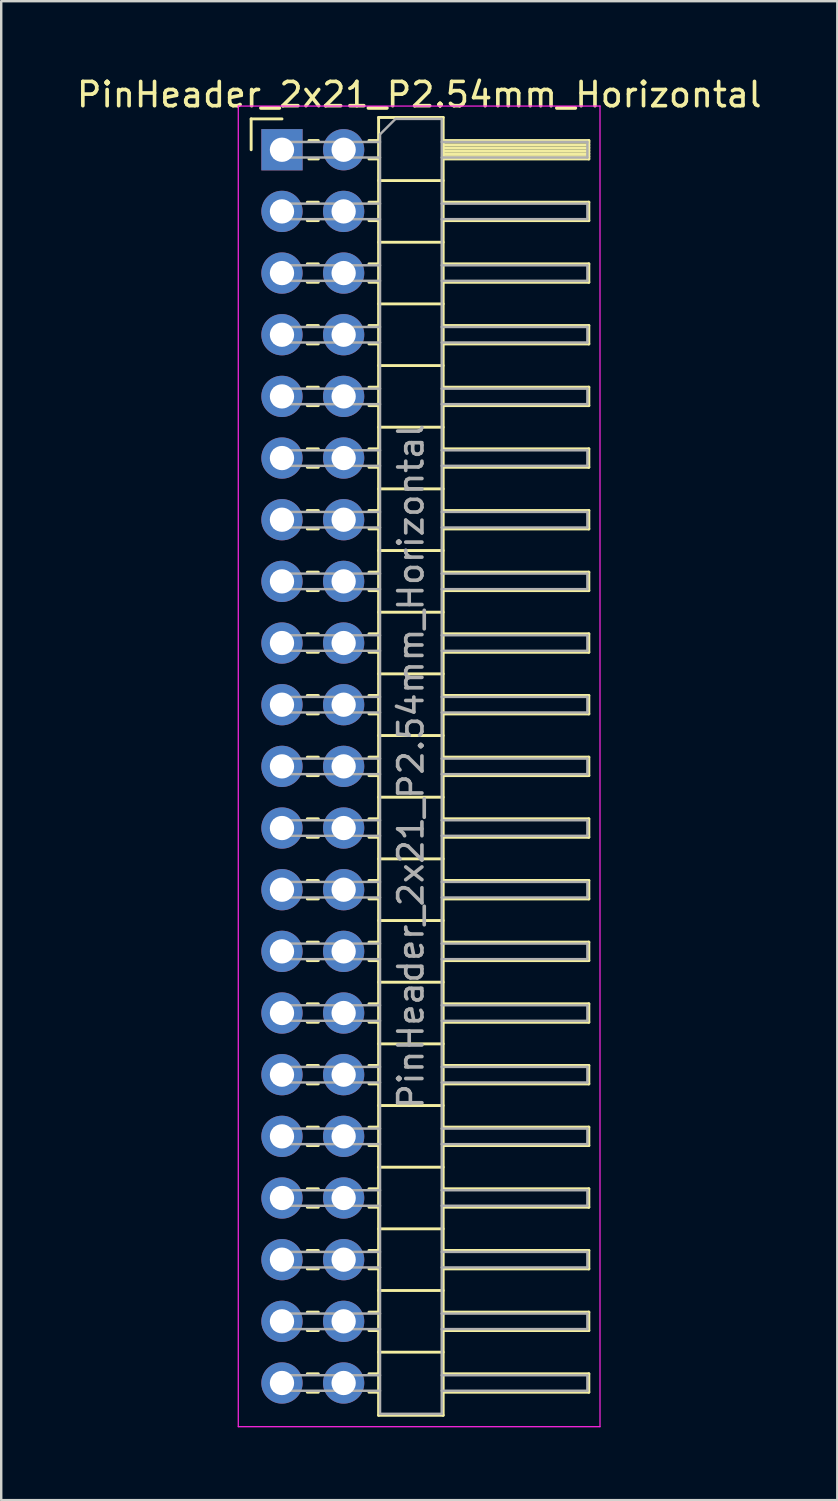
<source format=kicad_pcb>
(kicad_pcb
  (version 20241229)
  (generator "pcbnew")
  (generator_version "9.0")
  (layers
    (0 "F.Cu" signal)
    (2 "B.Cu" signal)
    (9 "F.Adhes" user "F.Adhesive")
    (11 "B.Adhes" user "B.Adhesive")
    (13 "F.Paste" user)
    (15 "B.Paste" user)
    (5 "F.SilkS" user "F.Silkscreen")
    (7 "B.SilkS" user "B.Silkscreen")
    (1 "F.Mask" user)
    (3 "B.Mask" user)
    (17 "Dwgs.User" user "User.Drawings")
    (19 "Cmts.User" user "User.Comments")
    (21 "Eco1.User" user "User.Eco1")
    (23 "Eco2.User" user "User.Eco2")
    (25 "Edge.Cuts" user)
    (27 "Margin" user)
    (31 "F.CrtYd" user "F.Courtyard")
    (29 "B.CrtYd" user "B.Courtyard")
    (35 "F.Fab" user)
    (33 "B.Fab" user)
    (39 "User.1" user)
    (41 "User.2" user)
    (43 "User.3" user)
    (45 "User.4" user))
  (footprint "PinHeader_2x21_P2.54mm_Horizontal"
    (layer "F.Cu")
    (at 8.565 3.118)
    (property "Reference" "PinHeader_2x21_P2.54mm_Horizontal" (at 5.655 -2.27 0) (layer "F.SilkS") (effects (font (size 1 1) (thickness 0.15))))
    (attr through_hole)
    (fp_line (start -1.27 -1.27) (end 0 -1.27) (stroke (width 0.12) (type solid)) (layer "F.SilkS"))
    (fp_line (start -1.27 0) (end -1.27 -1.27) (stroke (width 0.12) (type solid)) (layer "F.SilkS"))
    (fp_line (start 1.043 2.16) (end 1.497 2.16) (stroke (width 0.12) (type solid)) (layer "F.SilkS"))
    (fp_line (start 1.043 2.92) (end 1.497 2.92) (stroke (width 0.12) (type solid)) (layer "F.SilkS"))
    (fp_line (start 1.043 4.7) (end 1.497 4.7) (stroke (width 0.12) (type solid)) (layer "F.SilkS"))
    (fp_line (start 1.043 5.46) (end 1.497 5.46) (stroke (width 0.12) (type solid)) (layer "F.SilkS"))
    (fp_line (start 1.043 7.24) (end 1.497 7.24) (stroke (width 0.12) (type solid)) (layer "F.SilkS"))
    (fp_line (start 1.043 8) (end 1.497 8) (stroke (width 0.12) (type solid)) (layer "F.SilkS"))
    (fp_line (start 1.043 9.78) (end 1.497 9.78) (stroke (width 0.12) (type solid)) (layer "F.SilkS"))
    (fp_line (start 1.043 10.54) (end 1.497 10.54) (stroke (width 0.12) (type solid)) (layer "F.SilkS"))
    (fp_line (start 1.043 12.32) (end 1.497 12.32) (stroke (width 0.12) (type solid)) (layer "F.SilkS"))
    (fp_line (start 1.043 13.08) (end 1.497 13.08) (stroke (width 0.12) (type solid)) (layer "F.SilkS"))
    (fp_line (start 1.043 14.86) (end 1.497 14.86) (stroke (width 0.12) (type solid)) (layer "F.SilkS"))
    (fp_line (start 1.043 15.62) (end 1.497 15.62) (stroke (width 0.12) (type solid)) (layer "F.SilkS"))
    (fp_line (start 1.043 17.4) (end 1.497 17.4) (stroke (width 0.12) (type solid)) (layer "F.SilkS"))
    (fp_line (start 1.043 18.16) (end 1.497 18.16) (stroke (width 0.12) (type solid)) (layer "F.SilkS"))
    (fp_line (start 1.043 19.94) (end 1.497 19.94) (stroke (width 0.12) (type solid)) (layer "F.SilkS"))
    (fp_line (start 1.043 20.7) (end 1.497 20.7) (stroke (width 0.12) (type solid)) (layer "F.SilkS"))
    (fp_line (start 1.043 22.48) (end 1.497 22.48) (stroke (width 0.12) (type solid)) (layer "F.SilkS"))
    (fp_line (start 1.043 23.24) (end 1.497 23.24) (stroke (width 0.12) (type solid)) (layer "F.SilkS"))
    (fp_line (start 1.043 25.02) (end 1.497 25.02) (stroke (width 0.12) (type solid)) (layer "F.SilkS"))
    (fp_line (start 1.043 25.78) (end 1.497 25.78) (stroke (width 0.12) (type solid)) (layer "F.SilkS"))
    (fp_line (start 1.043 27.56) (end 1.497 27.56) (stroke (width 0.12) (type solid)) (layer "F.SilkS"))
    (fp_line (start 1.043 28.32) (end 1.497 28.32) (stroke (width 0.12) (type solid)) (layer "F.SilkS"))
    (fp_line (start 1.043 30.1) (end 1.497 30.1) (stroke (width 0.12) (type solid)) (layer "F.SilkS"))
    (fp_line (start 1.043 30.86) (end 1.497 30.86) (stroke (width 0.12) (type solid)) (layer "F.SilkS"))
    (fp_line (start 1.043 32.64) (end 1.497 32.64) (stroke (width 0.12) (type solid)) (layer "F.SilkS"))
    (fp_line (start 1.043 33.4) (end 1.497 33.4) (stroke (width 0.12) (type solid)) (layer "F.SilkS"))
    (fp_line (start 1.043 35.18) (end 1.497 35.18) (stroke (width 0.12) (type solid)) (layer "F.SilkS"))
    (fp_line (start 1.043 35.94) (end 1.497 35.94) (stroke (width 0.12) (type solid)) (layer "F.SilkS"))
    (fp_line (start 1.043 37.72) (end 1.497 37.72) (stroke (width 0.12) (type solid)) (layer "F.SilkS"))
    (fp_line (start 1.043 38.48) (end 1.497 38.48) (stroke (width 0.12) (type solid)) (layer "F.SilkS"))
    (fp_line (start 1.043 40.26) (end 1.497 40.26) (stroke (width 0.12) (type solid)) (layer "F.SilkS"))
    (fp_line (start 1.043 41.02) (end 1.497 41.02) (stroke (width 0.12) (type solid)) (layer "F.SilkS"))
    (fp_line (start 1.043 42.8) (end 1.497 42.8) (stroke (width 0.12) (type solid)) (layer "F.SilkS"))
    (fp_line (start 1.043 43.56) (end 1.497 43.56) (stroke (width 0.12) (type solid)) (layer "F.SilkS"))
    (fp_line (start 1.043 45.34) (end 1.497 45.34) (stroke (width 0.12) (type solid)) (layer "F.SilkS"))
    (fp_line (start 1.043 46.1) (end 1.497 46.1) (stroke (width 0.12) (type solid)) (layer "F.SilkS"))
    (fp_line (start 1.043 47.88) (end 1.497 47.88) (stroke (width 0.12) (type solid)) (layer "F.SilkS"))
    (fp_line (start 1.043 48.64) (end 1.497 48.64) (stroke (width 0.12) (type solid)) (layer "F.SilkS"))
    (fp_line (start 1.043 50.42) (end 1.497 50.42) (stroke (width 0.12) (type solid)) (layer "F.SilkS"))
    (fp_line (start 1.043 51.18) (end 1.497 51.18) (stroke (width 0.12) (type solid)) (layer "F.SilkS"))
    (fp_line (start 1.11 -0.38) (end 1.497 -0.38) (stroke (width 0.12) (type solid)) (layer "F.SilkS"))
    (fp_line (start 1.11 0.38) (end 1.497 0.38) (stroke (width 0.12) (type solid)) (layer "F.SilkS"))
    (fp_line (start 3.583 -0.38) (end 3.98 -0.38) (stroke (width 0.12) (type solid)) (layer "F.SilkS"))
    (fp_line (start 3.583 0.38) (end 3.98 0.38) (stroke (width 0.12) (type solid)) (layer "F.SilkS"))
    (fp_line (start 3.583 2.16) (end 3.98 2.16) (stroke (width 0.12) (type solid)) (layer "F.SilkS"))
    (fp_line (start 3.583 2.92) (end 3.98 2.92) (stroke (width 0.12) (type solid)) (layer "F.SilkS"))
    (fp_line (start 3.583 4.7) (end 3.98 4.7) (stroke (width 0.12) (type solid)) (layer "F.SilkS"))
    (fp_line (start 3.583 5.46) (end 3.98 5.46) (stroke (width 0.12) (type solid)) (layer "F.SilkS"))
    (fp_line (start 3.583 7.24) (end 3.98 7.24) (stroke (width 0.12) (type solid)) (layer "F.SilkS"))
    (fp_line (start 3.583 8) (end 3.98 8) (stroke (width 0.12) (type solid)) (layer "F.SilkS"))
    (fp_line (start 3.583 9.78) (end 3.98 9.78) (stroke (width 0.12) (type solid)) (layer "F.SilkS"))
    (fp_line (start 3.583 10.54) (end 3.98 10.54) (stroke (width 0.12) (type solid)) (layer "F.SilkS"))
    (fp_line (start 3.583 12.32) (end 3.98 12.32) (stroke (width 0.12) (type solid)) (layer "F.SilkS"))
    (fp_line (start 3.583 13.08) (end 3.98 13.08) (stroke (width 0.12) (type solid)) (layer "F.SilkS"))
    (fp_line (start 3.583 14.86) (end 3.98 14.86) (stroke (width 0.12) (type solid)) (layer "F.SilkS"))
    (fp_line (start 3.583 15.62) (end 3.98 15.62) (stroke (width 0.12) (type solid)) (layer "F.SilkS"))
    (fp_line (start 3.583 17.4) (end 3.98 17.4) (stroke (width 0.12) (type solid)) (layer "F.SilkS"))
    (fp_line (start 3.583 18.16) (end 3.98 18.16) (stroke (width 0.12) (type solid)) (layer "F.SilkS"))
    (fp_line (start 3.583 19.94) (end 3.98 19.94) (stroke (width 0.12) (type solid)) (layer "F.SilkS"))
    (fp_line (start 3.583 20.7) (end 3.98 20.7) (stroke (width 0.12) (type solid)) (layer "F.SilkS"))
    (fp_line (start 3.583 22.48) (end 3.98 22.48) (stroke (width 0.12) (type solid)) (layer "F.SilkS"))
    (fp_line (start 3.583 23.24) (end 3.98 23.24) (stroke (width 0.12) (type solid)) (layer "F.SilkS"))
    (fp_line (start 3.583 25.02) (end 3.98 25.02) (stroke (width 0.12) (type solid)) (layer "F.SilkS"))
    (fp_line (start 3.583 25.78) (end 3.98 25.78) (stroke (width 0.12) (type solid)) (layer "F.SilkS"))
    (fp_line (start 3.583 27.56) (end 3.98 27.56) (stroke (width 0.12) (type solid)) (layer "F.SilkS"))
    (fp_line (start 3.583 28.32) (end 3.98 28.32) (stroke (width 0.12) (type solid)) (layer "F.SilkS"))
    (fp_line (start 3.583 30.1) (end 3.98 30.1) (stroke (width 0.12) (type solid)) (layer "F.SilkS"))
    (fp_line (start 3.583 30.86) (end 3.98 30.86) (stroke (width 0.12) (type solid)) (layer "F.SilkS"))
    (fp_line (start 3.583 32.64) (end 3.98 32.64) (stroke (width 0.12) (type solid)) (layer "F.SilkS"))
    (fp_line (start 3.583 33.4) (end 3.98 33.4) (stroke (width 0.12) (type solid)) (layer "F.SilkS"))
    (fp_line (start 3.583 35.18) (end 3.98 35.18) (stroke (width 0.12) (type solid)) (layer "F.SilkS"))
    (fp_line (start 3.583 35.94) (end 3.98 35.94) (stroke (width 0.12) (type solid)) (layer "F.SilkS"))
    (fp_line (start 3.583 37.72) (end 3.98 37.72) (stroke (width 0.12) (type solid)) (layer "F.SilkS"))
    (fp_line (start 3.583 38.48) (end 3.98 38.48) (stroke (width 0.12) (type solid)) (layer "F.SilkS"))
    (fp_line (start 3.583 40.26) (end 3.98 40.26) (stroke (width 0.12) (type solid)) (layer "F.SilkS"))
    (fp_line (start 3.583 41.02) (end 3.98 41.02) (stroke (width 0.12) (type solid)) (layer "F.SilkS"))
    (fp_line (start 3.583 42.8) (end 3.98 42.8) (stroke (width 0.12) (type solid)) (layer "F.SilkS"))
    (fp_line (start 3.583 43.56) (end 3.98 43.56) (stroke (width 0.12) (type solid)) (layer "F.SilkS"))
    (fp_line (start 3.583 45.34) (end 3.98 45.34) (stroke (width 0.12) (type solid)) (layer "F.SilkS"))
    (fp_line (start 3.583 46.1) (end 3.98 46.1) (stroke (width 0.12) (type solid)) (layer "F.SilkS"))
    (fp_line (start 3.583 47.88) (end 3.98 47.88) (stroke (width 0.12) (type solid)) (layer "F.SilkS"))
    (fp_line (start 3.583 48.64) (end 3.98 48.64) (stroke (width 0.12) (type solid)) (layer "F.SilkS"))
    (fp_line (start 3.583 50.42) (end 3.98 50.42) (stroke (width 0.12) (type solid)) (layer "F.SilkS"))
    (fp_line (start 3.583 51.18) (end 3.98 51.18) (stroke (width 0.12) (type solid)) (layer "F.SilkS"))
    (fp_line (start 3.98 -1.33) (end 3.98 52.13) (stroke (width 0.12) (type solid)) (layer "F.SilkS"))
    (fp_line (start 3.98 1.27) (end 6.64 1.27) (stroke (width 0.12) (type solid)) (layer "F.SilkS"))
    (fp_line (start 3.98 3.81) (end 6.64 3.81) (stroke (width 0.12) (type solid)) (layer "F.SilkS"))
    (fp_line (start 3.98 6.35) (end 6.64 6.35) (stroke (width 0.12) (type solid)) (layer "F.SilkS"))
    (fp_line (start 3.98 8.89) (end 6.64 8.89) (stroke (width 0.12) (type solid)) (layer "F.SilkS"))
    (fp_line (start 3.98 11.43) (end 6.64 11.43) (stroke (width 0.12) (type solid)) (layer "F.SilkS"))
    (fp_line (start 3.98 13.97) (end 6.64 13.97) (stroke (width 0.12) (type solid)) (layer "F.SilkS"))
    (fp_line (start 3.98 16.51) (end 6.64 16.51) (stroke (width 0.12) (type solid)) (layer "F.SilkS"))
    (fp_line (start 3.98 19.05) (end 6.64 19.05) (stroke (width 0.12) (type solid)) (layer "F.SilkS"))
    (fp_line (start 3.98 21.59) (end 6.64 21.59) (stroke (width 0.12) (type solid)) (layer "F.SilkS"))
    (fp_line (start 3.98 24.13) (end 6.64 24.13) (stroke (width 0.12) (type solid)) (layer "F.SilkS"))
    (fp_line (start 3.98 26.67) (end 6.64 26.67) (stroke (width 0.12) (type solid)) (layer "F.SilkS"))
    (fp_line (start 3.98 29.21) (end 6.64 29.21) (stroke (width 0.12) (type solid)) (layer "F.SilkS"))
    (fp_line (start 3.98 31.75) (end 6.64 31.75) (stroke (width 0.12) (type solid)) (layer "F.SilkS"))
    (fp_line (start 3.98 34.29) (end 6.64 34.29) (stroke (width 0.12) (type solid)) (layer "F.SilkS"))
    (fp_line (start 3.98 36.83) (end 6.64 36.83) (stroke (width 0.12) (type solid)) (layer "F.SilkS"))
    (fp_line (start 3.98 39.37) (end 6.64 39.37) (stroke (width 0.12) (type solid)) (layer "F.SilkS"))
    (fp_line (start 3.98 41.91) (end 6.64 41.91) (stroke (width 0.12) (type solid)) (layer "F.SilkS"))
    (fp_line (start 3.98 44.45) (end 6.64 44.45) (stroke (width 0.12) (type solid)) (layer "F.SilkS"))
    (fp_line (start 3.98 46.99) (end 6.64 46.99) (stroke (width 0.12) (type solid)) (layer "F.SilkS"))
    (fp_line (start 3.98 49.53) (end 6.64 49.53) (stroke (width 0.12) (type solid)) (layer "F.SilkS"))
    (fp_line (start 3.98 52.13) (end 6.64 52.13) (stroke (width 0.12) (type solid)) (layer "F.SilkS"))
    (fp_line (start 6.64 -1.33) (end 3.98 -1.33) (stroke (width 0.12) (type solid)) (layer "F.SilkS"))
    (fp_line (start 6.64 -0.38) (end 12.64 -0.38) (stroke (width 0.12) (type solid)) (layer "F.SilkS"))
    (fp_line (start 6.64 -0.32) (end 12.64 -0.32) (stroke (width 0.12) (type solid)) (layer "F.SilkS"))
    (fp_line (start 6.64 -0.2) (end 12.64 -0.2) (stroke (width 0.12) (type solid)) (layer "F.SilkS"))
    (fp_line (start 6.64 -0.08) (end 12.64 -0.08) (stroke (width 0.12) (type solid)) (layer "F.SilkS"))
    (fp_line (start 6.64 0.04) (end 12.64 0.04) (stroke (width 0.12) (type solid)) (layer "F.SilkS"))
    (fp_line (start 6.64 0.16) (end 12.64 0.16) (stroke (width 0.12) (type solid)) (layer "F.SilkS"))
    (fp_line (start 6.64 0.28) (end 12.64 0.28) (stroke (width 0.12) (type solid)) (layer "F.SilkS"))
    (fp_line (start 6.64 2.16) (end 12.64 2.16) (stroke (width 0.12) (type solid)) (layer "F.SilkS"))
    (fp_line (start 6.64 4.7) (end 12.64 4.7) (stroke (width 0.12) (type solid)) (layer "F.SilkS"))
    (fp_line (start 6.64 7.24) (end 12.64 7.24) (stroke (width 0.12) (type solid)) (layer "F.SilkS"))
    (fp_line (start 6.64 9.78) (end 12.64 9.78) (stroke (width 0.12) (type solid)) (layer "F.SilkS"))
    (fp_line (start 6.64 12.32) (end 12.64 12.32) (stroke (width 0.12) (type solid)) (layer "F.SilkS"))
    (fp_line (start 6.64 14.86) (end 12.64 14.86) (stroke (width 0.12) (type solid)) (layer "F.SilkS"))
    (fp_line (start 6.64 17.4) (end 12.64 17.4) (stroke (width 0.12) (type solid)) (layer "F.SilkS"))
    (fp_line (start 6.64 19.94) (end 12.64 19.94) (stroke (width 0.12) (type solid)) (layer "F.SilkS"))
    (fp_line (start 6.64 22.48) (end 12.64 22.48) (stroke (width 0.12) (type solid)) (layer "F.SilkS"))
    (fp_line (start 6.64 25.02) (end 12.64 25.02) (stroke (width 0.12) (type solid)) (layer "F.SilkS"))
    (fp_line (start 6.64 27.56) (end 12.64 27.56) (stroke (width 0.12) (type solid)) (layer "F.SilkS"))
    (fp_line (start 6.64 30.1) (end 12.64 30.1) (stroke (width 0.12) (type solid)) (layer "F.SilkS"))
    (fp_line (start 6.64 32.64) (end 12.64 32.64) (stroke (width 0.12) (type solid)) (layer "F.SilkS"))
    (fp_line (start 6.64 35.18) (end 12.64 35.18) (stroke (width 0.12) (type solid)) (layer "F.SilkS"))
    (fp_line (start 6.64 37.72) (end 12.64 37.72) (stroke (width 0.12) (type solid)) (layer "F.SilkS"))
    (fp_line (start 6.64 40.26) (end 12.64 40.26) (stroke (width 0.12) (type solid)) (layer "F.SilkS"))
    (fp_line (start 6.64 42.8) (end 12.64 42.8) (stroke (width 0.12) (type solid)) (layer "F.SilkS"))
    (fp_line (start 6.64 45.34) (end 12.64 45.34) (stroke (width 0.12) (type solid)) (layer "F.SilkS"))
    (fp_line (start 6.64 47.88) (end 12.64 47.88) (stroke (width 0.12) (type solid)) (layer "F.SilkS"))
    (fp_line (start 6.64 50.42) (end 12.64 50.42) (stroke (width 0.12) (type solid)) (layer "F.SilkS"))
    (fp_line (start 6.64 52.13) (end 6.64 -1.33) (stroke (width 0.12) (type solid)) (layer "F.SilkS"))
    (fp_line (start 12.64 -0.38) (end 12.64 0.38) (stroke (width 0.12) (type solid)) (layer "F.SilkS"))
    (fp_line (start 12.64 0.38) (end 6.64 0.38) (stroke (width 0.12) (type solid)) (layer "F.SilkS"))
    (fp_line (start 12.64 2.16) (end 12.64 2.92) (stroke (width 0.12) (type solid)) (layer "F.SilkS"))
    (fp_line (start 12.64 2.92) (end 6.64 2.92) (stroke (width 0.12) (type solid)) (layer "F.SilkS"))
    (fp_line (start 12.64 4.7) (end 12.64 5.46) (stroke (width 0.12) (type solid)) (layer "F.SilkS"))
    (fp_line (start 12.64 5.46) (end 6.64 5.46) (stroke (width 0.12) (type solid)) (layer "F.SilkS"))
    (fp_line (start 12.64 7.24) (end 12.64 8) (stroke (width 0.12) (type solid)) (layer "F.SilkS"))
    (fp_line (start 12.64 8) (end 6.64 8) (stroke (width 0.12) (type solid)) (layer "F.SilkS"))
    (fp_line (start 12.64 9.78) (end 12.64 10.54) (stroke (width 0.12) (type solid)) (layer "F.SilkS"))
    (fp_line (start 12.64 10.54) (end 6.64 10.54) (stroke (width 0.12) (type solid)) (layer "F.SilkS"))
    (fp_line (start 12.64 12.32) (end 12.64 13.08) (stroke (width 0.12) (type solid)) (layer "F.SilkS"))
    (fp_line (start 12.64 13.08) (end 6.64 13.08) (stroke (width 0.12) (type solid)) (layer "F.SilkS"))
    (fp_line (start 12.64 14.86) (end 12.64 15.62) (stroke (width 0.12) (type solid)) (layer "F.SilkS"))
    (fp_line (start 12.64 15.62) (end 6.64 15.62) (stroke (width 0.12) (type solid)) (layer "F.SilkS"))
    (fp_line (start 12.64 17.4) (end 12.64 18.16) (stroke (width 0.12) (type solid)) (layer "F.SilkS"))
    (fp_line (start 12.64 18.16) (end 6.64 18.16) (stroke (width 0.12) (type solid)) (layer "F.SilkS"))
    (fp_line (start 12.64 19.94) (end 12.64 20.7) (stroke (width 0.12) (type solid)) (layer "F.SilkS"))
    (fp_line (start 12.64 20.7) (end 6.64 20.7) (stroke (width 0.12) (type solid)) (layer "F.SilkS"))
    (fp_line (start 12.64 22.48) (end 12.64 23.24) (stroke (width 0.12) (type solid)) (layer "F.SilkS"))
    (fp_line (start 12.64 23.24) (end 6.64 23.24) (stroke (width 0.12) (type solid)) (layer "F.SilkS"))
    (fp_line (start 12.64 25.02) (end 12.64 25.78) (stroke (width 0.12) (type solid)) (layer "F.SilkS"))
    (fp_line (start 12.64 25.78) (end 6.64 25.78) (stroke (width 0.12) (type solid)) (layer "F.SilkS"))
    (fp_line (start 12.64 27.56) (end 12.64 28.32) (stroke (width 0.12) (type solid)) (layer "F.SilkS"))
    (fp_line (start 12.64 28.32) (end 6.64 28.32) (stroke (width 0.12) (type solid)) (layer "F.SilkS"))
    (fp_line (start 12.64 30.1) (end 12.64 30.86) (stroke (width 0.12) (type solid)) (layer "F.SilkS"))
    (fp_line (start 12.64 30.86) (end 6.64 30.86) (stroke (width 0.12) (type solid)) (layer "F.SilkS"))
    (fp_line (start 12.64 32.64) (end 12.64 33.4) (stroke (width 0.12) (type solid)) (layer "F.SilkS"))
    (fp_line (start 12.64 33.4) (end 6.64 33.4) (stroke (width 0.12) (type solid)) (layer "F.SilkS"))
    (fp_line (start 12.64 35.18) (end 12.64 35.94) (stroke (width 0.12) (type solid)) (layer "F.SilkS"))
    (fp_line (start 12.64 35.94) (end 6.64 35.94) (stroke (width 0.12) (type solid)) (layer "F.SilkS"))
    (fp_line (start 12.64 37.72) (end 12.64 38.48) (stroke (width 0.12) (type solid)) (layer "F.SilkS"))
    (fp_line (start 12.64 38.48) (end 6.64 38.48) (stroke (width 0.12) (type solid)) (layer "F.SilkS"))
    (fp_line (start 12.64 40.26) (end 12.64 41.02) (stroke (width 0.12) (type solid)) (layer "F.SilkS"))
    (fp_line (start 12.64 41.02) (end 6.64 41.02) (stroke (width 0.12) (type solid)) (layer "F.SilkS"))
    (fp_line (start 12.64 42.8) (end 12.64 43.56) (stroke (width 0.12) (type solid)) (layer "F.SilkS"))
    (fp_line (start 12.64 43.56) (end 6.64 43.56) (stroke (width 0.12) (type solid)) (layer "F.SilkS"))
    (fp_line (start 12.64 45.34) (end 12.64 46.1) (stroke (width 0.12) (type solid)) (layer "F.SilkS"))
    (fp_line (start 12.64 46.1) (end 6.64 46.1) (stroke (width 0.12) (type solid)) (layer "F.SilkS"))
    (fp_line (start 12.64 47.88) (end 12.64 48.64) (stroke (width 0.12) (type solid)) (layer "F.SilkS"))
    (fp_line (start 12.64 48.64) (end 6.64 48.64) (stroke (width 0.12) (type solid)) (layer "F.SilkS"))
    (fp_line (start 12.64 50.42) (end 12.64 51.18) (stroke (width 0.12) (type solid)) (layer "F.SilkS"))
    (fp_line (start 12.64 51.18) (end 6.64 51.18) (stroke (width 0.12) (type solid)) (layer "F.SilkS"))
    (fp_line (start -1.8 -1.8) (end -1.8 52.6) (stroke (width 0.05) (type solid)) (layer "F.CrtYd"))
    (fp_line (start -1.8 52.6) (end 13.1 52.6) (stroke (width 0.05) (type solid)) (layer "F.CrtYd"))
    (fp_line (start 13.1 -1.8) (end -1.8 -1.8) (stroke (width 0.05) (type solid)) (layer "F.CrtYd"))
    (fp_line (start 13.1 52.6) (end 13.1 -1.8) (stroke (width 0.05) (type solid)) (layer "F.CrtYd"))
    (fp_line (start -0.32 -0.32) (end -0.32 0.32) (stroke (width 0.1) (type solid)) (layer "F.Fab"))
    (fp_line (start -0.32 -0.32) (end 4.04 -0.32) (stroke (width 0.1) (type solid)) (layer "F.Fab"))
    (fp_line (start -0.32 0.32) (end 4.04 0.32) (stroke (width 0.1) (type solid)) (layer "F.Fab"))
    (fp_line (start -0.32 2.22) (end -0.32 2.86) (stroke (width 0.1) (type solid)) (layer "F.Fab"))
    (fp_line (start -0.32 2.22) (end 4.04 2.22) (stroke (width 0.1) (type solid)) (layer "F.Fab"))
    (fp_line (start -0.32 2.86) (end 4.04 2.86) (stroke (width 0.1) (type solid)) (layer "F.Fab"))
    (fp_line (start -0.32 4.76) (end -0.32 5.4) (stroke (width 0.1) (type solid)) (layer "F.Fab"))
    (fp_line (start -0.32 4.76) (end 4.04 4.76) (stroke (width 0.1) (type solid)) (layer "F.Fab"))
    (fp_line (start -0.32 5.4) (end 4.04 5.4) (stroke (width 0.1) (type solid)) (layer "F.Fab"))
    (fp_line (start -0.32 7.3) (end -0.32 7.94) (stroke (width 0.1) (type solid)) (layer "F.Fab"))
    (fp_line (start -0.32 7.3) (end 4.04 7.3) (stroke (width 0.1) (type solid)) (layer "F.Fab"))
    (fp_line (start -0.32 7.94) (end 4.04 7.94) (stroke (width 0.1) (type solid)) (layer "F.Fab"))
    (fp_line (start -0.32 9.84) (end -0.32 10.48) (stroke (width 0.1) (type solid)) (layer "F.Fab"))
    (fp_line (start -0.32 9.84) (end 4.04 9.84) (stroke (width 0.1) (type solid)) (layer "F.Fab"))
    (fp_line (start -0.32 10.48) (end 4.04 10.48) (stroke (width 0.1) (type solid)) (layer "F.Fab"))
    (fp_line (start -0.32 12.38) (end -0.32 13.02) (stroke (width 0.1) (type solid)) (layer "F.Fab"))
    (fp_line (start -0.32 12.38) (end 4.04 12.38) (stroke (width 0.1) (type solid)) (layer "F.Fab"))
    (fp_line (start -0.32 13.02) (end 4.04 13.02) (stroke (width 0.1) (type solid)) (layer "F.Fab"))
    (fp_line (start -0.32 14.92) (end -0.32 15.56) (stroke (width 0.1) (type solid)) (layer "F.Fab"))
    (fp_line (start -0.32 14.92) (end 4.04 14.92) (stroke (width 0.1) (type solid)) (layer "F.Fab"))
    (fp_line (start -0.32 15.56) (end 4.04 15.56) (stroke (width 0.1) (type solid)) (layer "F.Fab"))
    (fp_line (start -0.32 17.46) (end -0.32 18.1) (stroke (width 0.1) (type solid)) (layer "F.Fab"))
    (fp_line (start -0.32 17.46) (end 4.04 17.46) (stroke (width 0.1) (type solid)) (layer "F.Fab"))
    (fp_line (start -0.32 18.1) (end 4.04 18.1) (stroke (width 0.1) (type solid)) (layer "F.Fab"))
    (fp_line (start -0.32 20) (end -0.32 20.64) (stroke (width 0.1) (type solid)) (layer "F.Fab"))
    (fp_line (start -0.32 20) (end 4.04 20) (stroke (width 0.1) (type solid)) (layer "F.Fab"))
    (fp_line (start -0.32 20.64) (end 4.04 20.64) (stroke (width 0.1) (type solid)) (layer "F.Fab"))
    (fp_line (start -0.32 22.54) (end -0.32 23.18) (stroke (width 0.1) (type solid)) (layer "F.Fab"))
    (fp_line (start -0.32 22.54) (end 4.04 22.54) (stroke (width 0.1) (type solid)) (layer "F.Fab"))
    (fp_line (start -0.32 23.18) (end 4.04 23.18) (stroke (width 0.1) (type solid)) (layer "F.Fab"))
    (fp_line (start -0.32 25.08) (end -0.32 25.72) (stroke (width 0.1) (type solid)) (layer "F.Fab"))
    (fp_line (start -0.32 25.08) (end 4.04 25.08) (stroke (width 0.1) (type solid)) (layer "F.Fab"))
    (fp_line (start -0.32 25.72) (end 4.04 25.72) (stroke (width 0.1) (type solid)) (layer "F.Fab"))
    (fp_line (start -0.32 27.62) (end -0.32 28.26) (stroke (width 0.1) (type solid)) (layer "F.Fab"))
    (fp_line (start -0.32 27.62) (end 4.04 27.62) (stroke (width 0.1) (type solid)) (layer "F.Fab"))
    (fp_line (start -0.32 28.26) (end 4.04 28.26) (stroke (width 0.1) (type solid)) (layer "F.Fab"))
    (fp_line (start -0.32 30.16) (end -0.32 30.8) (stroke (width 0.1) (type solid)) (layer "F.Fab"))
    (fp_line (start -0.32 30.16) (end 4.04 30.16) (stroke (width 0.1) (type solid)) (layer "F.Fab"))
    (fp_line (start -0.32 30.8) (end 4.04 30.8) (stroke (width 0.1) (type solid)) (layer "F.Fab"))
    (fp_line (start -0.32 32.7) (end -0.32 33.34) (stroke (width 0.1) (type solid)) (layer "F.Fab"))
    (fp_line (start -0.32 32.7) (end 4.04 32.7) (stroke (width 0.1) (type solid)) (layer "F.Fab"))
    (fp_line (start -0.32 33.34) (end 4.04 33.34) (stroke (width 0.1) (type solid)) (layer "F.Fab"))
    (fp_line (start -0.32 35.24) (end -0.32 35.88) (stroke (width 0.1) (type solid)) (layer "F.Fab"))
    (fp_line (start -0.32 35.24) (end 4.04 35.24) (stroke (width 0.1) (type solid)) (layer "F.Fab"))
    (fp_line (start -0.32 35.88) (end 4.04 35.88) (stroke (width 0.1) (type solid)) (layer "F.Fab"))
    (fp_line (start -0.32 37.78) (end -0.32 38.42) (stroke (width 0.1) (type solid)) (layer "F.Fab"))
    (fp_line (start -0.32 37.78) (end 4.04 37.78) (stroke (width 0.1) (type solid)) (layer "F.Fab"))
    (fp_line (start -0.32 38.42) (end 4.04 38.42) (stroke (width 0.1) (type solid)) (layer "F.Fab"))
    (fp_line (start -0.32 40.32) (end -0.32 40.96) (stroke (width 0.1) (type solid)) (layer "F.Fab"))
    (fp_line (start -0.32 40.32) (end 4.04 40.32) (stroke (width 0.1) (type solid)) (layer "F.Fab"))
    (fp_line (start -0.32 40.96) (end 4.04 40.96) (stroke (width 0.1) (type solid)) (layer "F.Fab"))
    (fp_line (start -0.32 42.86) (end -0.32 43.5) (stroke (width 0.1) (type solid)) (layer "F.Fab"))
    (fp_line (start -0.32 42.86) (end 4.04 42.86) (stroke (width 0.1) (type solid)) (layer "F.Fab"))
    (fp_line (start -0.32 43.5) (end 4.04 43.5) (stroke (width 0.1) (type solid)) (layer "F.Fab"))
    (fp_line (start -0.32 45.4) (end -0.32 46.04) (stroke (width 0.1) (type solid)) (layer "F.Fab"))
    (fp_line (start -0.32 45.4) (end 4.04 45.4) (stroke (width 0.1) (type solid)) (layer "F.Fab"))
    (fp_line (start -0.32 46.04) (end 4.04 46.04) (stroke (width 0.1) (type solid)) (layer "F.Fab"))
    (fp_line (start -0.32 47.94) (end -0.32 48.58) (stroke (width 0.1) (type solid)) (layer "F.Fab"))
    (fp_line (start -0.32 47.94) (end 4.04 47.94) (stroke (width 0.1) (type solid)) (layer "F.Fab"))
    (fp_line (start -0.32 48.58) (end 4.04 48.58) (stroke (width 0.1) (type solid)) (layer "F.Fab"))
    (fp_line (start -0.32 50.48) (end -0.32 51.12) (stroke (width 0.1) (type solid)) (layer "F.Fab"))
    (fp_line (start -0.32 50.48) (end 4.04 50.48) (stroke (width 0.1) (type solid)) (layer "F.Fab"))
    (fp_line (start -0.32 51.12) (end 4.04 51.12) (stroke (width 0.1) (type solid)) (layer "F.Fab"))
    (fp_line (start 4.04 -0.635) (end 4.675 -1.27) (stroke (width 0.1) (type solid)) (layer "F.Fab"))
    (fp_line (start 4.04 52.07) (end 4.04 -0.635) (stroke (width 0.1) (type solid)) (layer "F.Fab"))
    (fp_line (start 4.675 -1.27) (end 6.58 -1.27) (stroke (width 0.1) (type solid)) (layer "F.Fab"))
    (fp_line (start 6.58 -1.27) (end 6.58 52.07) (stroke (width 0.1) (type solid)) (layer "F.Fab"))
    (fp_line (start 6.58 -0.32) (end 12.58 -0.32) (stroke (width 0.1) (type solid)) (layer "F.Fab"))
    (fp_line (start 6.58 0.32) (end 12.58 0.32) (stroke (width 0.1) (type solid)) (layer "F.Fab"))
    (fp_line (start 6.58 2.22) (end 12.58 2.22) (stroke (width 0.1) (type solid)) (layer "F.Fab"))
    (fp_line (start 6.58 2.86) (end 12.58 2.86) (stroke (width 0.1) (type solid)) (layer "F.Fab"))
    (fp_line (start 6.58 4.76) (end 12.58 4.76) (stroke (width 0.1) (type solid)) (layer "F.Fab"))
    (fp_line (start 6.58 5.4) (end 12.58 5.4) (stroke (width 0.1) (type solid)) (layer "F.Fab"))
    (fp_line (start 6.58 7.3) (end 12.58 7.3) (stroke (width 0.1) (type solid)) (layer "F.Fab"))
    (fp_line (start 6.58 7.94) (end 12.58 7.94) (stroke (width 0.1) (type solid)) (layer "F.Fab"))
    (fp_line (start 6.58 9.84) (end 12.58 9.84) (stroke (width 0.1) (type solid)) (layer "F.Fab"))
    (fp_line (start 6.58 10.48) (end 12.58 10.48) (stroke (width 0.1) (type solid)) (layer "F.Fab"))
    (fp_line (start 6.58 12.38) (end 12.58 12.38) (stroke (width 0.1) (type solid)) (layer "F.Fab"))
    (fp_line (start 6.58 13.02) (end 12.58 13.02) (stroke (width 0.1) (type solid)) (layer "F.Fab"))
    (fp_line (start 6.58 14.92) (end 12.58 14.92) (stroke (width 0.1) (type solid)) (layer "F.Fab"))
    (fp_line (start 6.58 15.56) (end 12.58 15.56) (stroke (width 0.1) (type solid)) (layer "F.Fab"))
    (fp_line (start 6.58 17.46) (end 12.58 17.46) (stroke (width 0.1) (type solid)) (layer "F.Fab"))
    (fp_line (start 6.58 18.1) (end 12.58 18.1) (stroke (width 0.1) (type solid)) (layer "F.Fab"))
    (fp_line (start 6.58 20) (end 12.58 20) (stroke (width 0.1) (type solid)) (layer "F.Fab"))
    (fp_line (start 6.58 20.64) (end 12.58 20.64) (stroke (width 0.1) (type solid)) (layer "F.Fab"))
    (fp_line (start 6.58 22.54) (end 12.58 22.54) (stroke (width 0.1) (type solid)) (layer "F.Fab"))
    (fp_line (start 6.58 23.18) (end 12.58 23.18) (stroke (width 0.1) (type solid)) (layer "F.Fab"))
    (fp_line (start 6.58 25.08) (end 12.58 25.08) (stroke (width 0.1) (type solid)) (layer "F.Fab"))
    (fp_line (start 6.58 25.72) (end 12.58 25.72) (stroke (width 0.1) (type solid)) (layer "F.Fab"))
    (fp_line (start 6.58 27.62) (end 12.58 27.62) (stroke (width 0.1) (type solid)) (layer "F.Fab"))
    (fp_line (start 6.58 28.26) (end 12.58 28.26) (stroke (width 0.1) (type solid)) (layer "F.Fab"))
    (fp_line (start 6.58 30.16) (end 12.58 30.16) (stroke (width 0.1) (type solid)) (layer "F.Fab"))
    (fp_line (start 6.58 30.8) (end 12.58 30.8) (stroke (width 0.1) (type solid)) (layer "F.Fab"))
    (fp_line (start 6.58 32.7) (end 12.58 32.7) (stroke (width 0.1) (type solid)) (layer "F.Fab"))
    (fp_line (start 6.58 33.34) (end 12.58 33.34) (stroke (width 0.1) (type solid)) (layer "F.Fab"))
    (fp_line (start 6.58 35.24) (end 12.58 35.24) (stroke (width 0.1) (type solid)) (layer "F.Fab"))
    (fp_line (start 6.58 35.88) (end 12.58 35.88) (stroke (width 0.1) (type solid)) (layer "F.Fab"))
    (fp_line (start 6.58 37.78) (end 12.58 37.78) (stroke (width 0.1) (type solid)) (layer "F.Fab"))
    (fp_line (start 6.58 38.42) (end 12.58 38.42) (stroke (width 0.1) (type solid)) (layer "F.Fab"))
    (fp_line (start 6.58 40.32) (end 12.58 40.32) (stroke (width 0.1) (type solid)) (layer "F.Fab"))
    (fp_line (start 6.58 40.96) (end 12.58 40.96) (stroke (width 0.1) (type solid)) (layer "F.Fab"))
    (fp_line (start 6.58 42.86) (end 12.58 42.86) (stroke (width 0.1) (type solid)) (layer "F.Fab"))
    (fp_line (start 6.58 43.5) (end 12.58 43.5) (stroke (width 0.1) (type solid)) (layer "F.Fab"))
    (fp_line (start 6.58 45.4) (end 12.58 45.4) (stroke (width 0.1) (type solid)) (layer "F.Fab"))
    (fp_line (start 6.58 46.04) (end 12.58 46.04) (stroke (width 0.1) (type solid)) (layer "F.Fab"))
    (fp_line (start 6.58 47.94) (end 12.58 47.94) (stroke (width 0.1) (type solid)) (layer "F.Fab"))
    (fp_line (start 6.58 48.58) (end 12.58 48.58) (stroke (width 0.1) (type solid)) (layer "F.Fab"))
    (fp_line (start 6.58 50.48) (end 12.58 50.48) (stroke (width 0.1) (type solid)) (layer "F.Fab"))
    (fp_line (start 6.58 51.12) (end 12.58 51.12) (stroke (width 0.1) (type solid)) (layer "F.Fab"))
    (fp_line (start 6.58 52.07) (end 4.04 52.07) (stroke (width 0.1) (type solid)) (layer "F.Fab"))
    (fp_line (start 12.58 -0.32) (end 12.58 0.32) (stroke (width 0.1) (type solid)) (layer "F.Fab"))
    (fp_line (start 12.58 2.22) (end 12.58 2.86) (stroke (width 0.1) (type solid)) (layer "F.Fab"))
    (fp_line (start 12.58 4.76) (end 12.58 5.4) (stroke (width 0.1) (type solid)) (layer "F.Fab"))
    (fp_line (start 12.58 7.3) (end 12.58 7.94) (stroke (width 0.1) (type solid)) (layer "F.Fab"))
    (fp_line (start 12.58 9.84) (end 12.58 10.48) (stroke (width 0.1) (type solid)) (layer "F.Fab"))
    (fp_line (start 12.58 12.38) (end 12.58 13.02) (stroke (width 0.1) (type solid)) (layer "F.Fab"))
    (fp_line (start 12.58 14.92) (end 12.58 15.56) (stroke (width 0.1) (type solid)) (layer "F.Fab"))
    (fp_line (start 12.58 17.46) (end 12.58 18.1) (stroke (width 0.1) (type solid)) (layer "F.Fab"))
    (fp_line (start 12.58 20) (end 12.58 20.64) (stroke (width 0.1) (type solid)) (layer "F.Fab"))
    (fp_line (start 12.58 22.54) (end 12.58 23.18) (stroke (width 0.1) (type solid)) (layer "F.Fab"))
    (fp_line (start 12.58 25.08) (end 12.58 25.72) (stroke (width 0.1) (type solid)) (layer "F.Fab"))
    (fp_line (start 12.58 27.62) (end 12.58 28.26) (stroke (width 0.1) (type solid)) (layer "F.Fab"))
    (fp_line (start 12.58 30.16) (end 12.58 30.8) (stroke (width 0.1) (type solid)) (layer "F.Fab"))
    (fp_line (start 12.58 32.7) (end 12.58 33.34) (stroke (width 0.1) (type solid)) (layer "F.Fab"))
    (fp_line (start 12.58 35.24) (end 12.58 35.88) (stroke (width 0.1) (type solid)) (layer "F.Fab"))
    (fp_line (start 12.58 37.78) (end 12.58 38.42) (stroke (width 0.1) (type solid)) (layer "F.Fab"))
    (fp_line (start 12.58 40.32) (end 12.58 40.96) (stroke (width 0.1) (type solid)) (layer "F.Fab"))
    (fp_line (start 12.58 42.86) (end 12.58 43.5) (stroke (width 0.1) (type solid)) (layer "F.Fab"))
    (fp_line (start 12.58 45.4) (end 12.58 46.04) (stroke (width 0.1) (type solid)) (layer "F.Fab"))
    (fp_line (start 12.58 47.94) (end 12.58 48.58) (stroke (width 0.1) (type solid)) (layer "F.Fab"))
    (fp_line (start 12.58 50.48) (end 12.58 51.12) (stroke (width 0.1) (type solid)) (layer "F.Fab"))
    (fp_text user "${REFERENCE}" (at 5.31 25.4 90) (layer "F.Fab") (effects (font (size 1 1) (thickness 0.15))))
    (pad "1" thru_hole rect (at 0 0) (size 1.7 1.7) (drill 1) (layers "*.Cu" "*.Mask"))
    (pad "2" thru_hole oval (at 2.54 0) (size 1.7 1.7) (drill 1) (layers "*.Cu" "*.Mask"))
    (pad "3" thru_hole oval (at 0 2.54) (size 1.7 1.7) (drill 1) (layers "*.Cu" "*.Mask"))
    (pad "4" thru_hole oval (at 2.54 2.54) (size 1.7 1.7) (drill 1) (layers "*.Cu" "*.Mask"))
    (pad "5" thru_hole oval (at 0 5.08) (size 1.7 1.7) (drill 1) (layers "*.Cu" "*.Mask"))
    (pad "6" thru_hole oval (at 2.54 5.08) (size 1.7 1.7) (drill 1) (layers "*.Cu" "*.Mask"))
    (pad "7" thru_hole oval (at 0 7.62) (size 1.7 1.7) (drill 1) (layers "*.Cu" "*.Mask"))
    (pad "8" thru_hole oval (at 2.54 7.62) (size 1.7 1.7) (drill 1) (layers "*.Cu" "*.Mask"))
    (pad "9" thru_hole oval (at 0 10.16) (size 1.7 1.7) (drill 1) (layers "*.Cu" "*.Mask"))
    (pad "10" thru_hole oval (at 2.54 10.16) (size 1.7 1.7) (drill 1) (layers "*.Cu" "*.Mask"))
    (pad "11" thru_hole oval (at 0 12.7) (size 1.7 1.7) (drill 1) (layers "*.Cu" "*.Mask"))
    (pad "12" thru_hole oval (at 2.54 12.7) (size 1.7 1.7) (drill 1) (layers "*.Cu" "*.Mask"))
    (pad "13" thru_hole oval (at 0 15.24) (size 1.7 1.7) (drill 1) (layers "*.Cu" "*.Mask"))
    (pad "14" thru_hole oval (at 2.54 15.24) (size 1.7 1.7) (drill 1) (layers "*.Cu" "*.Mask"))
    (pad "15" thru_hole oval (at 0 17.78) (size 1.7 1.7) (drill 1) (layers "*.Cu" "*.Mask"))
    (pad "16" thru_hole oval (at 2.54 17.78) (size 1.7 1.7) (drill 1) (layers "*.Cu" "*.Mask"))
    (pad "17" thru_hole oval (at 0 20.32) (size 1.7 1.7) (drill 1) (layers "*.Cu" "*.Mask"))
    (pad "18" thru_hole oval (at 2.54 20.32) (size 1.7 1.7) (drill 1) (layers "*.Cu" "*.Mask"))
    (pad "19" thru_hole oval (at 0 22.86) (size 1.7 1.7) (drill 1) (layers "*.Cu" "*.Mask"))
    (pad "20" thru_hole oval (at 2.54 22.86) (size 1.7 1.7) (drill 1) (layers "*.Cu" "*.Mask"))
    (pad "21" thru_hole oval (at 0 25.4) (size 1.7 1.7) (drill 1) (layers "*.Cu" "*.Mask"))
    (pad "22" thru_hole oval (at 2.54 25.4) (size 1.7 1.7) (drill 1) (layers "*.Cu" "*.Mask"))
    (pad "23" thru_hole oval (at 0 27.94) (size 1.7 1.7) (drill 1) (layers "*.Cu" "*.Mask"))
    (pad "24" thru_hole oval (at 2.54 27.94) (size 1.7 1.7) (drill 1) (layers "*.Cu" "*.Mask"))
    (pad "25" thru_hole oval (at 0 30.48) (size 1.7 1.7) (drill 1) (layers "*.Cu" "*.Mask"))
    (pad "26" thru_hole oval (at 2.54 30.48) (size 1.7 1.7) (drill 1) (layers "*.Cu" "*.Mask"))
    (pad "27" thru_hole oval (at 0 33.02) (size 1.7 1.7) (drill 1) (layers "*.Cu" "*.Mask"))
    (pad "28" thru_hole oval (at 2.54 33.02) (size 1.7 1.7) (drill 1) (layers "*.Cu" "*.Mask"))
    (pad "29" thru_hole oval (at 0 35.56) (size 1.7 1.7) (drill 1) (layers "*.Cu" "*.Mask"))
    (pad "30" thru_hole oval (at 2.54 35.56) (size 1.7 1.7) (drill 1) (layers "*.Cu" "*.Mask"))
    (pad "31" thru_hole oval (at 0 38.1) (size 1.7 1.7) (drill 1) (layers "*.Cu" "*.Mask"))
    (pad "32" thru_hole oval (at 2.54 38.1) (size 1.7 1.7) (drill 1) (layers "*.Cu" "*.Mask"))
    (pad "33" thru_hole oval (at 0 40.64) (size 1.7 1.7) (drill 1) (layers "*.Cu" "*.Mask"))
    (pad "34" thru_hole oval (at 2.54 40.64) (size 1.7 1.7) (drill 1) (layers "*.Cu" "*.Mask"))
    (pad "35" thru_hole oval (at 0 43.18) (size 1.7 1.7) (drill 1) (layers "*.Cu" "*.Mask"))
    (pad "36" thru_hole oval (at 2.54 43.18) (size 1.7 1.7) (drill 1) (layers "*.Cu" "*.Mask"))
    (pad "37" thru_hole oval (at 0 45.72) (size 1.7 1.7) (drill 1) (layers "*.Cu" "*.Mask"))
    (pad "38" thru_hole oval (at 2.54 45.72) (size 1.7 1.7) (drill 1) (layers "*.Cu" "*.Mask"))
    (pad "39" thru_hole oval (at 0 48.26) (size 1.7 1.7) (drill 1) (layers "*.Cu" "*.Mask"))
    (pad "40" thru_hole oval (at 2.54 48.26) (size 1.7 1.7) (drill 1) (layers "*.Cu" "*.Mask"))
    (pad "41" thru_hole oval (at 0 50.8) (size 1.7 1.7) (drill 1) (layers "*.Cu" "*.Mask"))
    (pad "42" thru_hole oval (at 2.54 50.8) (size 1.7 1.7) (drill 1) (layers "*.Cu" "*.Mask")))
  (gr_rect
    (start -3 -3)
    (end 31.44 58.743)
    (stroke (width 0.1) (type default))
    (fill no)
    (layer "Edge.Cuts")))
</source>
